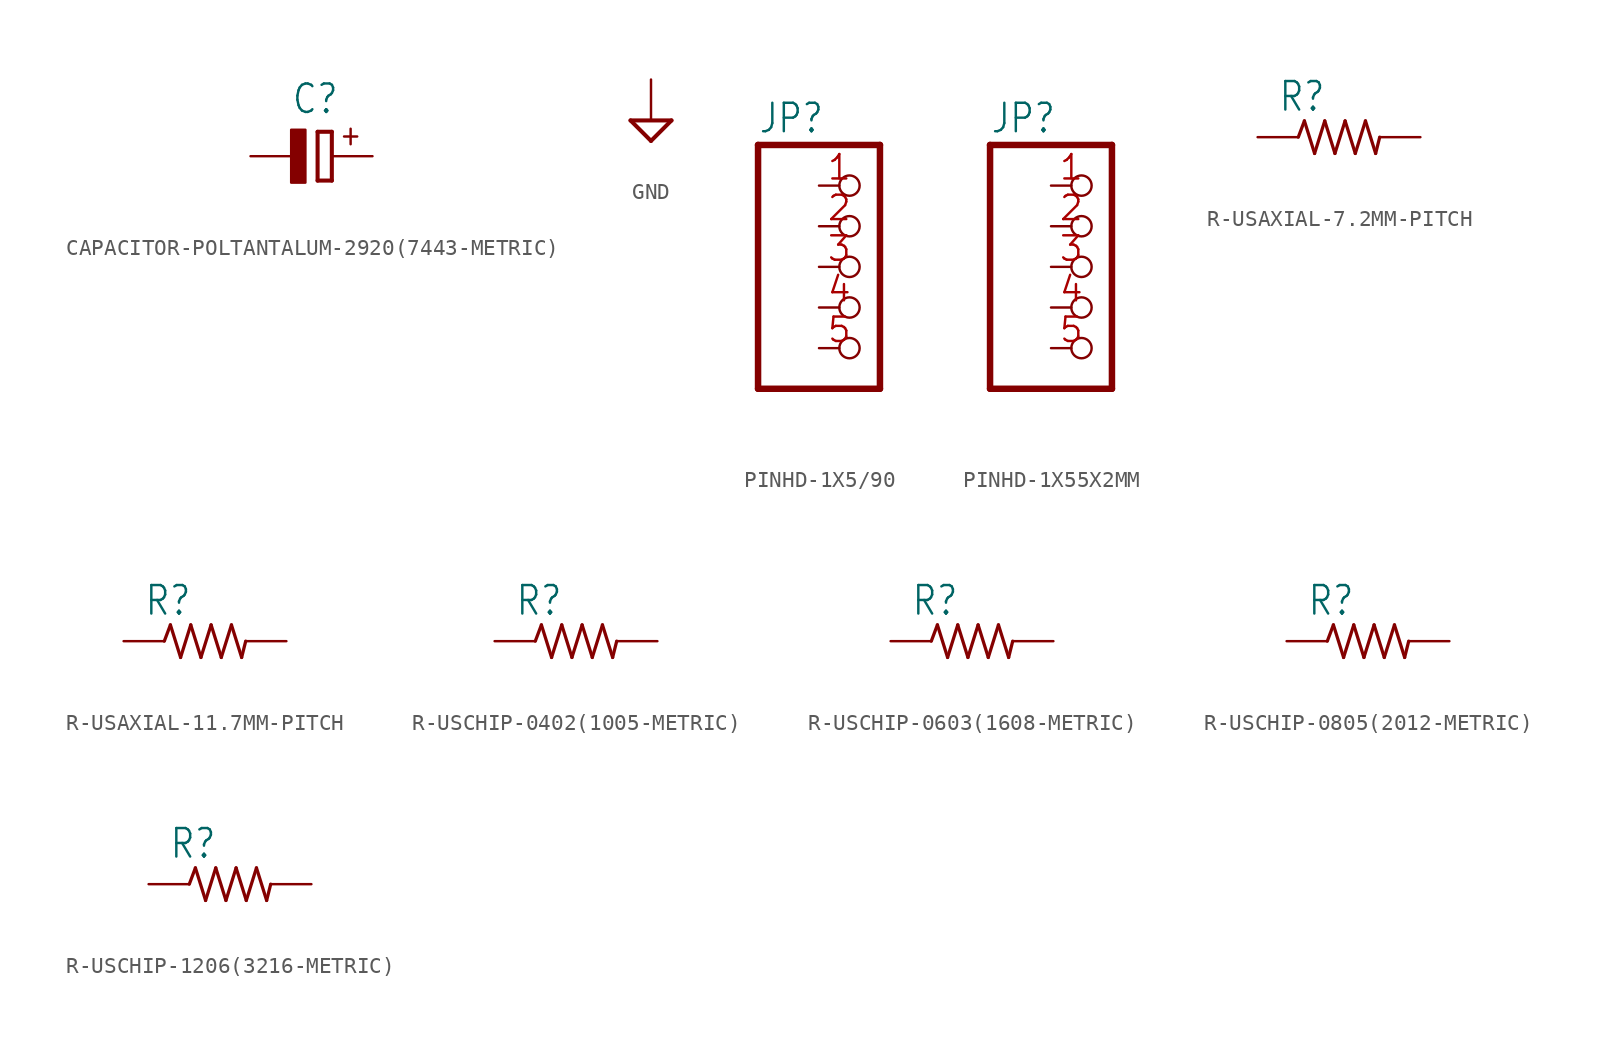
<source format=kicad_sym>
(kicad_symbol_lib
  (version 20241209)
  (generator "kicad_symbol_editor")
  (generator_version "9.0")
  (symbol "CAPACITOR-POLTANTALUM-2920(7443-METRIC)"
    (property "Reference" "C"
      (at -2.54 2.54 0)
      (effects (font (size 1.778 1.511)) (justify left bottom)))
    (property "Value" ""
      (at -2.54 -3.81 0)
      (effects (font (size 1.778 1.511)) (justify left bottom)))
    (property "ki_locked" ""
      (at 0 0 0)
      (effects (font (size 1.27 1.27))))
    (symbol "CAPACITOR-POLTANTALUM-2920(7443-METRIC)_1_0"
      (rectangle (start -2.54 -1.651) (end -1.651 1.651) (stroke (width 0) (type default)) (fill (type outline)))
      (polyline (pts (xy -0.889 1.524) (xy 0 1.524)) (stroke (width 0.254) (type solid)) (fill (type none)))
      (polyline (pts (xy -0.889 -1.524) (xy -0.889 1.524)) (stroke (width 0.254) (type solid)) (fill (type none)))
      (polyline (pts (xy 0 -1.524) (xy -0.889 -1.524)) (stroke (width 0.254) (type solid)) (fill (type none)))
      (polyline (pts (xy 0 -1.524) (xy 0 1.524)) (stroke (width 0.254) (type solid)) (fill (type none)))
      (text "+" (at 0.406 0.584 0) (effects (font (size 1.27 1.079)) (justify left bottom)))
      (pin passive line (at -5.08 0 0) (length 2.54) (name "-" (effects (font (size 0 0)))) (number "2" (effects (font (size 0 0)))))
      (pin passive line (at 2.54 0 180) (length 2.54) (name "+" (effects (font (size 0 0)))) (number "1" (effects (font (size 0 0)))))))
  (symbol "GND"
    (power)
    (property "Reference" "#SUPPLY"
      (at 0 0 0)
      (effects (font (size 1.27 1.27)) (hide yes)))
    (property "Value" ""
      (at 0 -2.54 0)
      (effects (font (size 1.778 1.511))))
    (property "ki_locked" ""
      (at 0 0 0)
      (effects (font (size 1.27 1.27))))
    (symbol "GND_1_0"
      (polyline (pts (xy -1.27 0) (xy 1.27 0)) (stroke (width 0.254) (type solid)) (fill (type none)))
      (polyline (pts (xy 0 -1.27) (xy -1.27 0)) (stroke (width 0.254) (type solid)) (fill (type none)))
      (polyline (pts (xy 1.27 0) (xy 0 -1.27)) (stroke (width 0.254) (type solid)) (fill (type none)))
      (pin power_in line (at 0 2.54 270) (length 2.54) (name "GND" (effects (font (size 0 0)))) (number "1" (effects (font (size 0 0)))))))
  (symbol "PINHD-1X5/90"
    (property "Reference" "JP"
      (at -6.35 8.255 0)
      (effects (font (size 1.778 1.511)) (justify left bottom)))
    (property "Value" ""
      (at -6.35 -10.16 0)
      (effects (font (size 1.778 1.511)) (justify left bottom)))
    (property "ki_locked" ""
      (at 0 0 0)
      (effects (font (size 1.27 1.27))))
    (symbol "PINHD-1X5/90_1_0"
      (polyline (pts (xy -6.35 7.62) (xy -6.35 -7.62)) (stroke (width 0.406) (type solid)) (fill (type none)))
      (polyline (pts (xy -6.35 -7.62) (xy 1.27 -7.62)) (stroke (width 0.406) (type solid)) (fill (type none)))
      (polyline (pts (xy 1.27 7.62) (xy -6.35 7.62)) (stroke (width 0.406) (type solid)) (fill (type none)))
      (polyline (pts (xy 1.27 -7.62) (xy 1.27 7.62)) (stroke (width 0.406) (type solid)) (fill (type none)))
      (pin passive inverted (at -2.54 5.08 0) (length 2.54) (name "1" (effects (font (size 0 0)))) (number "1" (effects (font (size 1.524 1.524)))))
      (pin passive inverted (at -2.54 2.54 0) (length 2.54) (name "2" (effects (font (size 0 0)))) (number "2" (effects (font (size 1.524 1.524)))))
      (pin passive inverted (at -2.54 0 0) (length 2.54) (name "3" (effects (font (size 0 0)))) (number "3" (effects (font (size 1.524 1.524)))))
      (pin passive inverted (at -2.54 -2.54 0) (length 2.54) (name "4" (effects (font (size 0 0)))) (number "4" (effects (font (size 1.524 1.524)))))
      (pin passive inverted (at -2.54 -5.08 0) (length 2.54) (name "5" (effects (font (size 0 0)))) (number "5" (effects (font (size 1.524 1.524)))))))
  (symbol "PINHD-1X55X2MM"
    (property "Reference" "JP"
      (at -6.35 8.255 0)
      (effects (font (size 1.778 1.511)) (justify left bottom)))
    (property "Value" ""
      (at -6.35 -10.16 0)
      (effects (font (size 1.778 1.511)) (justify left bottom)))
    (property "ki_locked" ""
      (at 0 0 0)
      (effects (font (size 1.27 1.27))))
    (symbol "PINHD-1X55X2MM_1_0"
      (polyline (pts (xy -6.35 7.62) (xy -6.35 -7.62)) (stroke (width 0.406) (type solid)) (fill (type none)))
      (polyline (pts (xy -6.35 -7.62) (xy 1.27 -7.62)) (stroke (width 0.406) (type solid)) (fill (type none)))
      (polyline (pts (xy 1.27 7.62) (xy -6.35 7.62)) (stroke (width 0.406) (type solid)) (fill (type none)))
      (polyline (pts (xy 1.27 -7.62) (xy 1.27 7.62)) (stroke (width 0.406) (type solid)) (fill (type none)))
      (pin passive inverted (at -2.54 5.08 0) (length 2.54) (name "1" (effects (font (size 0 0)))) (number "1" (effects (font (size 1.524 1.524)))))
      (pin passive inverted (at -2.54 2.54 0) (length 2.54) (name "2" (effects (font (size 0 0)))) (number "2" (effects (font (size 1.524 1.524)))))
      (pin passive inverted (at -2.54 0 0) (length 2.54) (name "3" (effects (font (size 0 0)))) (number "3" (effects (font (size 1.524 1.524)))))
      (pin passive inverted (at -2.54 -2.54 0) (length 2.54) (name "4" (effects (font (size 0 0)))) (number "4" (effects (font (size 1.524 1.524)))))
      (pin passive inverted (at -2.54 -5.08 0) (length 2.54) (name "5" (effects (font (size 0 0)))) (number "5" (effects (font (size 1.524 1.524)))))))
  (symbol "R-USAXIAL-7.2MM-PITCH"
    (property "Reference" "R"
      (at -3.81 1.499 0)
      (effects (font (size 1.778 1.511)) (justify left bottom)))
    (property "Value" ""
      (at -3.81 -3.302 0)
      (effects (font (size 1.778 1.511)) (justify left bottom)))
    (property "ki_locked" ""
      (at 0 0 0)
      (effects (font (size 1.27 1.27))))
    (symbol "R-USAXIAL-7.2MM-PITCH_1_0"
      (polyline (pts (xy -2.54 0) (xy -2.159 1.016)) (stroke (width 0.203) (type solid)) (fill (type none)))
      (polyline (pts (xy -2.159 1.016) (xy -1.524 -1.016)) (stroke (width 0.203) (type solid)) (fill (type none)))
      (polyline (pts (xy -1.524 -1.016) (xy -0.889 1.016)) (stroke (width 0.203) (type solid)) (fill (type none)))
      (polyline (pts (xy -0.889 1.016) (xy -0.254 -1.016)) (stroke (width 0.203) (type solid)) (fill (type none)))
      (polyline (pts (xy -0.254 -1.016) (xy 0.381 1.016)) (stroke (width 0.203) (type solid)) (fill (type none)))
      (polyline (pts (xy 0.381 1.016) (xy 1.016 -1.016)) (stroke (width 0.203) (type solid)) (fill (type none)))
      (polyline (pts (xy 1.016 -1.016) (xy 1.651 1.016)) (stroke (width 0.203) (type solid)) (fill (type none)))
      (polyline (pts (xy 1.651 1.016) (xy 2.286 -1.016)) (stroke (width 0.203) (type solid)) (fill (type none)))
      (polyline (pts (xy 2.286 -1.016) (xy 2.54 0)) (stroke (width 0.203) (type solid)) (fill (type none)))
      (pin passive line (at -5.08 0 0) (length 2.54) (name "1" (effects (font (size 0 0)))) (number "1" (effects (font (size 0 0)))))
      (pin passive line (at 5.08 0 180) (length 2.54) (name "2" (effects (font (size 0 0)))) (number "2" (effects (font (size 0 0)))))))
  (symbol "R-USAXIAL-11.7MM-PITCH"
    (property "Reference" "R"
      (at -3.81 1.499 0)
      (effects (font (size 1.778 1.511)) (justify left bottom)))
    (property "Value" ""
      (at -3.81 -3.302 0)
      (effects (font (size 1.778 1.511)) (justify left bottom)))
    (property "ki_locked" ""
      (at 0 0 0)
      (effects (font (size 1.27 1.27))))
    (symbol "R-USAXIAL-11.7MM-PITCH_1_0"
      (polyline (pts (xy -2.54 0) (xy -2.159 1.016)) (stroke (width 0.203) (type solid)) (fill (type none)))
      (polyline (pts (xy -2.159 1.016) (xy -1.524 -1.016)) (stroke (width 0.203) (type solid)) (fill (type none)))
      (polyline (pts (xy -1.524 -1.016) (xy -0.889 1.016)) (stroke (width 0.203) (type solid)) (fill (type none)))
      (polyline (pts (xy -0.889 1.016) (xy -0.254 -1.016)) (stroke (width 0.203) (type solid)) (fill (type none)))
      (polyline (pts (xy -0.254 -1.016) (xy 0.381 1.016)) (stroke (width 0.203) (type solid)) (fill (type none)))
      (polyline (pts (xy 0.381 1.016) (xy 1.016 -1.016)) (stroke (width 0.203) (type solid)) (fill (type none)))
      (polyline (pts (xy 1.016 -1.016) (xy 1.651 1.016)) (stroke (width 0.203) (type solid)) (fill (type none)))
      (polyline (pts (xy 1.651 1.016) (xy 2.286 -1.016)) (stroke (width 0.203) (type solid)) (fill (type none)))
      (polyline (pts (xy 2.286 -1.016) (xy 2.54 0)) (stroke (width 0.203) (type solid)) (fill (type none)))
      (pin passive line (at -5.08 0 0) (length 2.54) (name "1" (effects (font (size 0 0)))) (number "1" (effects (font (size 0 0)))))
      (pin passive line (at 5.08 0 180) (length 2.54) (name "2" (effects (font (size 0 0)))) (number "2" (effects (font (size 0 0)))))))
  (symbol "R-USCHIP-0402(1005-METRIC)"
    (property "Reference" "R"
      (at -3.81 1.499 0)
      (effects (font (size 1.778 1.511)) (justify left bottom)))
    (property "Value" ""
      (at -3.81 -3.302 0)
      (effects (font (size 1.778 1.511)) (justify left bottom)))
    (property "ki_locked" ""
      (at 0 0 0)
      (effects (font (size 1.27 1.27))))
    (symbol "R-USCHIP-0402(1005-METRIC)_1_0"
      (polyline (pts (xy -2.54 0) (xy -2.159 1.016)) (stroke (width 0.203) (type solid)) (fill (type none)))
      (polyline (pts (xy -2.159 1.016) (xy -1.524 -1.016)) (stroke (width 0.203) (type solid)) (fill (type none)))
      (polyline (pts (xy -1.524 -1.016) (xy -0.889 1.016)) (stroke (width 0.203) (type solid)) (fill (type none)))
      (polyline (pts (xy -0.889 1.016) (xy -0.254 -1.016)) (stroke (width 0.203) (type solid)) (fill (type none)))
      (polyline (pts (xy -0.254 -1.016) (xy 0.381 1.016)) (stroke (width 0.203) (type solid)) (fill (type none)))
      (polyline (pts (xy 0.381 1.016) (xy 1.016 -1.016)) (stroke (width 0.203) (type solid)) (fill (type none)))
      (polyline (pts (xy 1.016 -1.016) (xy 1.651 1.016)) (stroke (width 0.203) (type solid)) (fill (type none)))
      (polyline (pts (xy 1.651 1.016) (xy 2.286 -1.016)) (stroke (width 0.203) (type solid)) (fill (type none)))
      (polyline (pts (xy 2.286 -1.016) (xy 2.54 0)) (stroke (width 0.203) (type solid)) (fill (type none)))
      (pin passive line (at -5.08 0 0) (length 2.54) (name "1" (effects (font (size 0 0)))) (number "1" (effects (font (size 0 0)))))
      (pin passive line (at 5.08 0 180) (length 2.54) (name "2" (effects (font (size 0 0)))) (number "2" (effects (font (size 0 0)))))))
  (symbol "R-USCHIP-0603(1608-METRIC)"
    (property "Reference" "R"
      (at -3.81 1.499 0)
      (effects (font (size 1.778 1.511)) (justify left bottom)))
    (property "Value" ""
      (at -3.81 -3.302 0)
      (effects (font (size 1.778 1.511)) (justify left bottom)))
    (property "ki_locked" ""
      (at 0 0 0)
      (effects (font (size 1.27 1.27))))
    (symbol "R-USCHIP-0603(1608-METRIC)_1_0"
      (polyline (pts (xy -2.54 0) (xy -2.159 1.016)) (stroke (width 0.203) (type solid)) (fill (type none)))
      (polyline (pts (xy -2.159 1.016) (xy -1.524 -1.016)) (stroke (width 0.203) (type solid)) (fill (type none)))
      (polyline (pts (xy -1.524 -1.016) (xy -0.889 1.016)) (stroke (width 0.203) (type solid)) (fill (type none)))
      (polyline (pts (xy -0.889 1.016) (xy -0.254 -1.016)) (stroke (width 0.203) (type solid)) (fill (type none)))
      (polyline (pts (xy -0.254 -1.016) (xy 0.381 1.016)) (stroke (width 0.203) (type solid)) (fill (type none)))
      (polyline (pts (xy 0.381 1.016) (xy 1.016 -1.016)) (stroke (width 0.203) (type solid)) (fill (type none)))
      (polyline (pts (xy 1.016 -1.016) (xy 1.651 1.016)) (stroke (width 0.203) (type solid)) (fill (type none)))
      (polyline (pts (xy 1.651 1.016) (xy 2.286 -1.016)) (stroke (width 0.203) (type solid)) (fill (type none)))
      (polyline (pts (xy 2.286 -1.016) (xy 2.54 0)) (stroke (width 0.203) (type solid)) (fill (type none)))
      (pin passive line (at -5.08 0 0) (length 2.54) (name "1" (effects (font (size 0 0)))) (number "1" (effects (font (size 0 0)))))
      (pin passive line (at 5.08 0 180) (length 2.54) (name "2" (effects (font (size 0 0)))) (number "2" (effects (font (size 0 0)))))))
  (symbol "R-USCHIP-0805(2012-METRIC)"
    (property "Reference" "R"
      (at -3.81 1.499 0)
      (effects (font (size 1.778 1.511)) (justify left bottom)))
    (property "Value" ""
      (at -3.81 -3.302 0)
      (effects (font (size 1.778 1.511)) (justify left bottom)))
    (property "ki_locked" ""
      (at 0 0 0)
      (effects (font (size 1.27 1.27))))
    (symbol "R-USCHIP-0805(2012-METRIC)_1_0"
      (polyline (pts (xy -2.54 0) (xy -2.159 1.016)) (stroke (width 0.203) (type solid)) (fill (type none)))
      (polyline (pts (xy -2.159 1.016) (xy -1.524 -1.016)) (stroke (width 0.203) (type solid)) (fill (type none)))
      (polyline (pts (xy -1.524 -1.016) (xy -0.889 1.016)) (stroke (width 0.203) (type solid)) (fill (type none)))
      (polyline (pts (xy -0.889 1.016) (xy -0.254 -1.016)) (stroke (width 0.203) (type solid)) (fill (type none)))
      (polyline (pts (xy -0.254 -1.016) (xy 0.381 1.016)) (stroke (width 0.203) (type solid)) (fill (type none)))
      (polyline (pts (xy 0.381 1.016) (xy 1.016 -1.016)) (stroke (width 0.203) (type solid)) (fill (type none)))
      (polyline (pts (xy 1.016 -1.016) (xy 1.651 1.016)) (stroke (width 0.203) (type solid)) (fill (type none)))
      (polyline (pts (xy 1.651 1.016) (xy 2.286 -1.016)) (stroke (width 0.203) (type solid)) (fill (type none)))
      (polyline (pts (xy 2.286 -1.016) (xy 2.54 0)) (stroke (width 0.203) (type solid)) (fill (type none)))
      (pin passive line (at -5.08 0 0) (length 2.54) (name "1" (effects (font (size 0 0)))) (number "1" (effects (font (size 0 0)))))
      (pin passive line (at 5.08 0 180) (length 2.54) (name "2" (effects (font (size 0 0)))) (number "2" (effects (font (size 0 0)))))))
  (symbol "R-USCHIP-1206(3216-METRIC)"
    (property "Reference" "R"
      (at -3.81 1.499 0)
      (effects (font (size 1.778 1.511)) (justify left bottom)))
    (property "Value" ""
      (at -3.81 -3.302 0)
      (effects (font (size 1.778 1.511)) (justify left bottom)))
    (property "ki_locked" ""
      (at 0 0 0)
      (effects (font (size 1.27 1.27))))
    (symbol "R-USCHIP-1206(3216-METRIC)_1_0"
      (polyline (pts (xy -2.54 0) (xy -2.159 1.016)) (stroke (width 0.203) (type solid)) (fill (type none)))
      (polyline (pts (xy -2.159 1.016) (xy -1.524 -1.016)) (stroke (width 0.203) (type solid)) (fill (type none)))
      (polyline (pts (xy -1.524 -1.016) (xy -0.889 1.016)) (stroke (width 0.203) (type solid)) (fill (type none)))
      (polyline (pts (xy -0.889 1.016) (xy -0.254 -1.016)) (stroke (width 0.203) (type solid)) (fill (type none)))
      (polyline (pts (xy -0.254 -1.016) (xy 0.381 1.016)) (stroke (width 0.203) (type solid)) (fill (type none)))
      (polyline (pts (xy 0.381 1.016) (xy 1.016 -1.016)) (stroke (width 0.203) (type solid)) (fill (type none)))
      (polyline (pts (xy 1.016 -1.016) (xy 1.651 1.016)) (stroke (width 0.203) (type solid)) (fill (type none)))
      (polyline (pts (xy 1.651 1.016) (xy 2.286 -1.016)) (stroke (width 0.203) (type solid)) (fill (type none)))
      (polyline (pts (xy 2.286 -1.016) (xy 2.54 0)) (stroke (width 0.203) (type solid)) (fill (type none)))
      (pin passive line (at -5.08 0 0) (length 2.54) (name "1" (effects (font (size 0 0)))) (number "1" (effects (font (size 0 0)))))
      (pin passive line (at 5.08 0 180) (length 2.54) (name "2" (effects (font (size 0 0)))) (number "2" (effects (font (size 0 0))))))))
</source>
